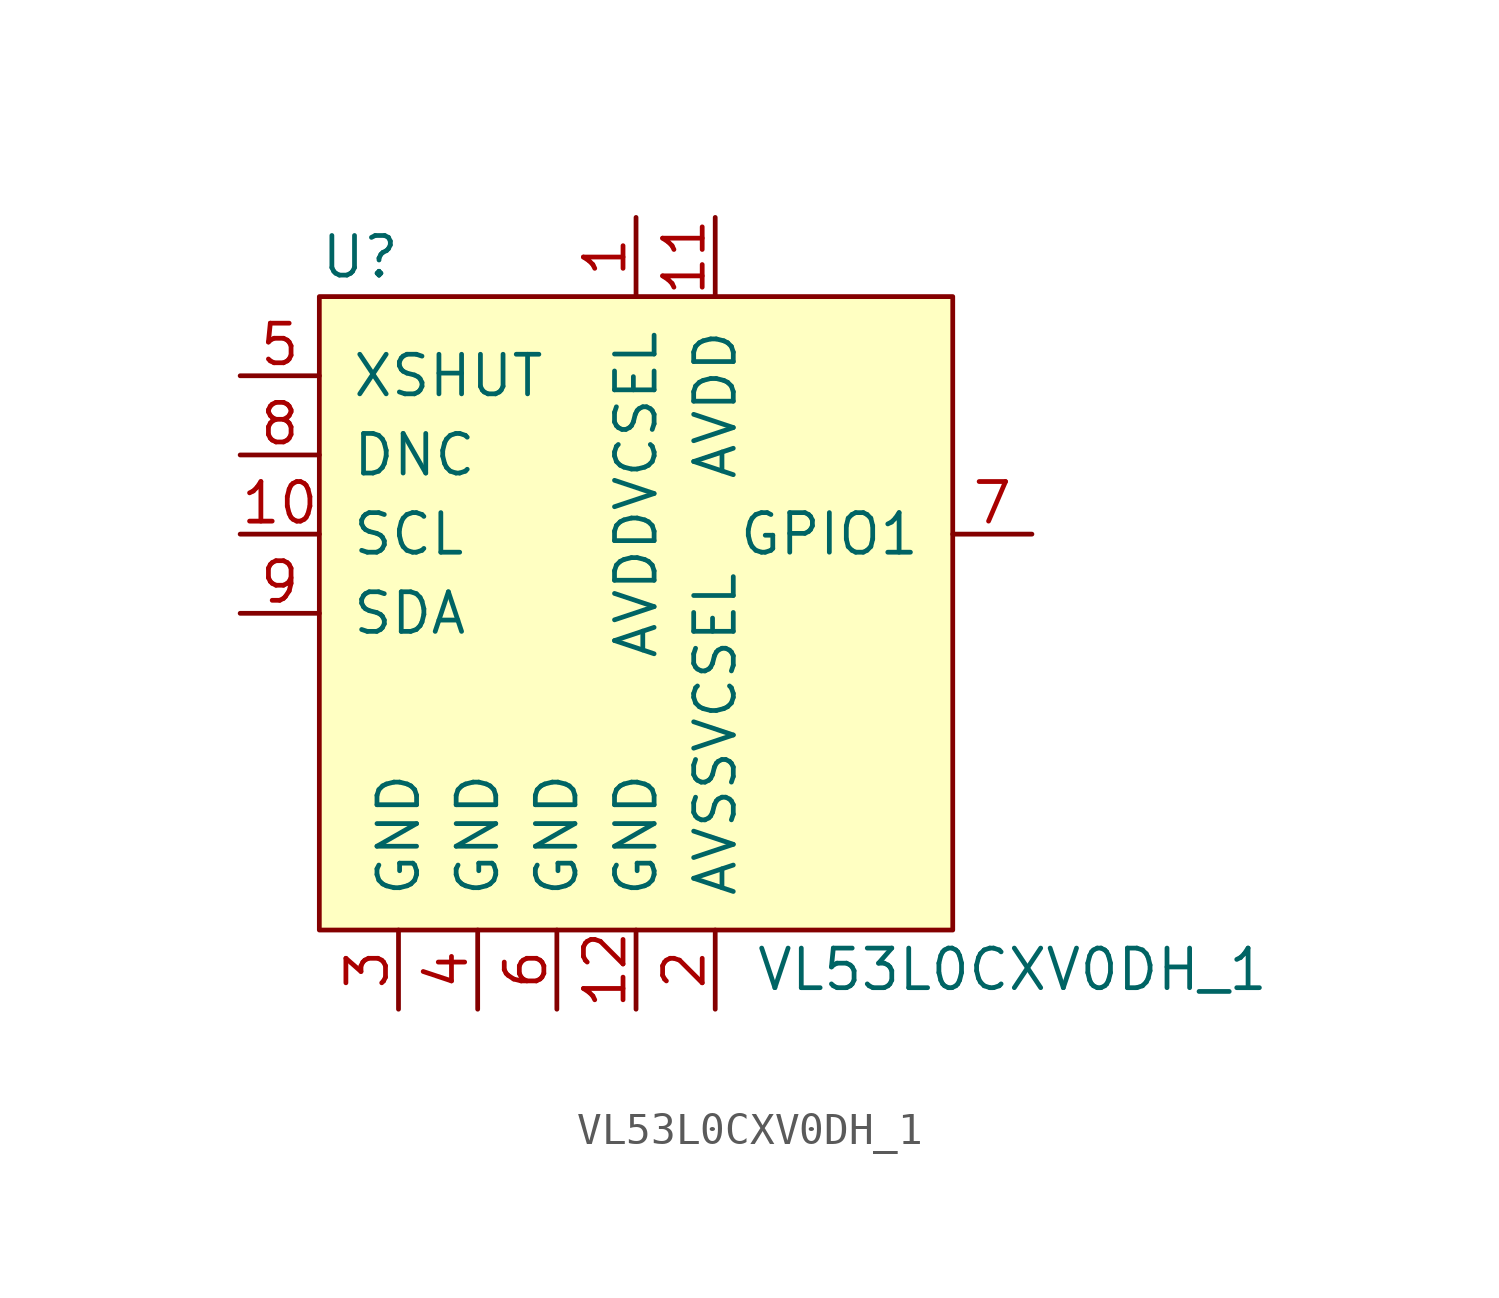
<source format=kicad_sym>
(kicad_symbol_lib
  (version 20201005)
  (generator kicad_symbol_editor)
  (symbol "VL53L0CXV0DH_1"
    (pin_names
      (offset 1.016))
    (property "Reference" "U"
      (at -10.16 8.89 0)
      (effects (font (size 1.27 1.27)) (justify left)))
    (property "Value" "VL53L0CXV0DH_1"
      (at 3.81 -13.97 0)
      (effects (font (size 1.27 1.27)) (justify left)))
    (symbol "VL53L0CXV0DH_1_0_1"
      (rectangle (start -10.16 7.62) (end 10.16 -12.7) (stroke (width 0)) (fill (type background))))
    (symbol "VL53L0CXV0DH_1_1_1"
      (pin power_in line (at 0 10.16 270) (length 2.54) (name "AVDDVCSEL" (effects (font (size 1.27 1.27)))) (number "1" (effects (font (size 1.27 1.27)))))
      (pin input line (at -12.7 0 0) (length 2.54) (name "SCL" (effects (font (size 1.27 1.27)))) (number "10" (effects (font (size 1.27 1.27)))))
      (pin power_in line (at 2.54 10.16 270) (length 2.54) (name "AVDD" (effects (font (size 1.27 1.27)))) (number "11" (effects (font (size 1.27 1.27)))))
      (pin power_in line (at 0 -15.24 90) (length 2.54) (name "GND" (effects (font (size 1.27 1.27)))) (number "12" (effects (font (size 1.27 1.27)))))
      (pin power_in line (at 2.54 -15.24 90) (length 2.54) (name "AVSSVCSEL" (effects (font (size 1.27 1.27)))) (number "2" (effects (font (size 1.27 1.27)))))
      (pin power_in line (at -7.62 -15.24 90) (length 2.54) (name "GND" (effects (font (size 1.27 1.27)))) (number "3" (effects (font (size 1.27 1.27)))))
      (pin power_in line (at -5.08 -15.24 90) (length 2.54) (name "GND" (effects (font (size 1.27 1.27)))) (number "4" (effects (font (size 1.27 1.27)))))
      (pin input line (at -12.7 5.08 0) (length 2.54) (name "XSHUT" (effects (font (size 1.27 1.27)))) (number "5" (effects (font (size 1.27 1.27)))))
      (pin power_in line (at -2.54 -15.24 90) (length 2.54) (name "GND" (effects (font (size 1.27 1.27)))) (number "6" (effects (font (size 1.27 1.27)))))
      (pin output line (at 12.7 0 180) (length 2.54) (name "GPIO1" (effects (font (size 1.27 1.27)))) (number "7" (effects (font (size 1.27 1.27)))))
      (pin input line (at -12.7 2.54 0) (length 2.54) (name "DNC" (effects (font (size 1.27 1.27)))) (number "8" (effects (font (size 1.27 1.27)))))
      (pin bidirectional line (at -12.7 -2.54 0) (length 2.54) (name "SDA" (effects (font (size 1.27 1.27)))) (number "9" (effects (font (size 1.27 1.27))))))))
</source>
